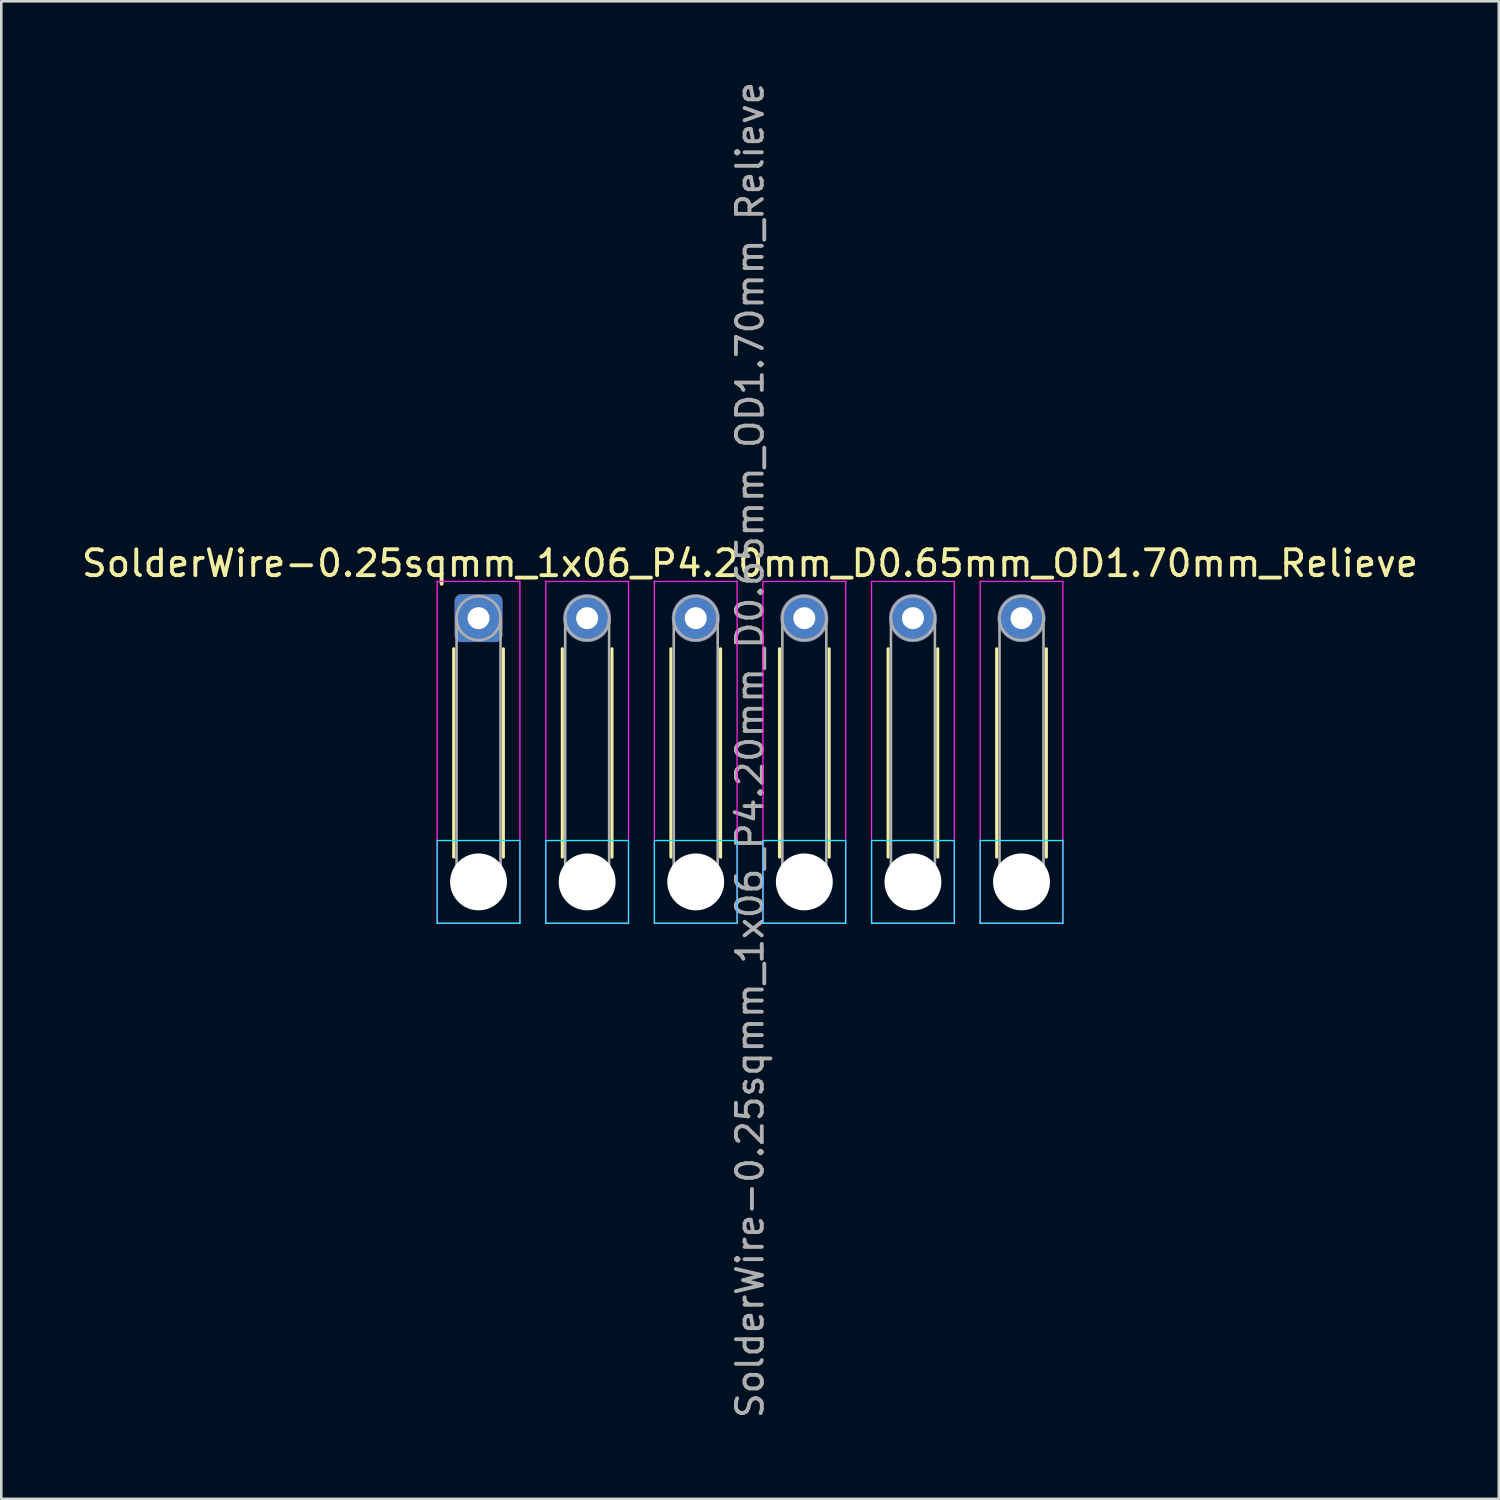
<source format=kicad_pcb>
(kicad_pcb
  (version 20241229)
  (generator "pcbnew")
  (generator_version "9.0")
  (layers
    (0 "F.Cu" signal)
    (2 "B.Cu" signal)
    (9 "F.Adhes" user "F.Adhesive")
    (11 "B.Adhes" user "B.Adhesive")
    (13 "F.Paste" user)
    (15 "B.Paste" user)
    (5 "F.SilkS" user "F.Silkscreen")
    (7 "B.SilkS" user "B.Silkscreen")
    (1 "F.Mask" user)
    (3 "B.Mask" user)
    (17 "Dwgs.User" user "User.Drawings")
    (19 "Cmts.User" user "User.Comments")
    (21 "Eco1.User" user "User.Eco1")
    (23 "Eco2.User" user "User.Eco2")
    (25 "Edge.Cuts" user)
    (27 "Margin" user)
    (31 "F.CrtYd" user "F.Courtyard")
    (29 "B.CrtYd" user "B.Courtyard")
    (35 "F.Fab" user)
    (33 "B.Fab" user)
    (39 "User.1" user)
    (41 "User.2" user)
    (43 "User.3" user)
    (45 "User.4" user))
  (footprint "SolderWire-0.25sqmm_1x06_P4.20mm_D0.65mm_OD1.70mm_Relieve"
    (layer "F.Cu")
    (at 15.458 20.858)
    (property "Reference" "SolderWire-0.25sqmm_1x06_P4.20mm_D0.65mm_OD1.70mm_Relieve" (at 10.5 -2.12 0) (layer "F.SilkS") (effects (font (size 1 1) (thickness 0.15))))
    (attr exclude_from_pos_files exclude_from_bom)
    (fp_line (start -0.96 1.185) (end -0.96 9.24) (stroke (width 0.12) (type solid)) (layer "F.SilkS"))
    (fp_line (start 0.96 1.185) (end 0.96 9.24) (stroke (width 0.12) (type solid)) (layer "F.SilkS"))
    (fp_line (start 3.24 1.185) (end 3.24 9.24) (stroke (width 0.12) (type solid)) (layer "F.SilkS"))
    (fp_line (start 5.16 1.185) (end 5.16 9.24) (stroke (width 0.12) (type solid)) (layer "F.SilkS"))
    (fp_line (start 7.44 1.185) (end 7.44 9.24) (stroke (width 0.12) (type solid)) (layer "F.SilkS"))
    (fp_line (start 9.36 1.185) (end 9.36 9.24) (stroke (width 0.12) (type solid)) (layer "F.SilkS"))
    (fp_line (start 11.64 1.185) (end 11.64 9.24) (stroke (width 0.12) (type solid)) (layer "F.SilkS"))
    (fp_line (start 13.56 1.185) (end 13.56 9.24) (stroke (width 0.12) (type solid)) (layer "F.SilkS"))
    (fp_line (start 15.84 1.185) (end 15.84 9.24) (stroke (width 0.12) (type solid)) (layer "F.SilkS"))
    (fp_line (start 17.76 1.185) (end 17.76 9.24) (stroke (width 0.12) (type solid)) (layer "F.SilkS"))
    (fp_line (start 20.04 1.185) (end 20.04 9.24) (stroke (width 0.12) (type solid)) (layer "F.SilkS"))
    (fp_line (start 21.96 1.185) (end 21.96 9.24) (stroke (width 0.12) (type solid)) (layer "F.SilkS"))
    (fp_line (start -1.6 8.6) (end -1.6 11.8) (stroke (width 0.05) (type solid)) (layer "B.CrtYd"))
    (fp_line (start -1.6 11.8) (end 1.6 11.8) (stroke (width 0.05) (type solid)) (layer "B.CrtYd"))
    (fp_line (start 1.6 8.6) (end -1.6 8.6) (stroke (width 0.05) (type solid)) (layer "B.CrtYd"))
    (fp_line (start 1.6 11.8) (end 1.6 8.6) (stroke (width 0.05) (type solid)) (layer "B.CrtYd"))
    (fp_line (start 2.6 8.6) (end 2.6 11.8) (stroke (width 0.05) (type solid)) (layer "B.CrtYd"))
    (fp_line (start 2.6 11.8) (end 5.8 11.8) (stroke (width 0.05) (type solid)) (layer "B.CrtYd"))
    (fp_line (start 5.8 8.6) (end 2.6 8.6) (stroke (width 0.05) (type solid)) (layer "B.CrtYd"))
    (fp_line (start 5.8 11.8) (end 5.8 8.6) (stroke (width 0.05) (type solid)) (layer "B.CrtYd"))
    (fp_line (start 6.8 8.6) (end 6.8 11.8) (stroke (width 0.05) (type solid)) (layer "B.CrtYd"))
    (fp_line (start 6.8 11.8) (end 10 11.8) (stroke (width 0.05) (type solid)) (layer "B.CrtYd"))
    (fp_line (start 10 8.6) (end 6.8 8.6) (stroke (width 0.05) (type solid)) (layer "B.CrtYd"))
    (fp_line (start 10 11.8) (end 10 8.6) (stroke (width 0.05) (type solid)) (layer "B.CrtYd"))
    (fp_line (start 11 8.6) (end 11 11.8) (stroke (width 0.05) (type solid)) (layer "B.CrtYd"))
    (fp_line (start 11 11.8) (end 14.2 11.8) (stroke (width 0.05) (type solid)) (layer "B.CrtYd"))
    (fp_line (start 14.2 8.6) (end 11 8.6) (stroke (width 0.05) (type solid)) (layer "B.CrtYd"))
    (fp_line (start 14.2 11.8) (end 14.2 8.6) (stroke (width 0.05) (type solid)) (layer "B.CrtYd"))
    (fp_line (start 15.2 8.6) (end 15.2 11.8) (stroke (width 0.05) (type solid)) (layer "B.CrtYd"))
    (fp_line (start 15.2 11.8) (end 18.4 11.8) (stroke (width 0.05) (type solid)) (layer "B.CrtYd"))
    (fp_line (start 18.4 8.6) (end 15.2 8.6) (stroke (width 0.05) (type solid)) (layer "B.CrtYd"))
    (fp_line (start 18.4 11.8) (end 18.4 8.6) (stroke (width 0.05) (type solid)) (layer "B.CrtYd"))
    (fp_line (start 19.4 8.6) (end 19.4 11.8) (stroke (width 0.05) (type solid)) (layer "B.CrtYd"))
    (fp_line (start 19.4 11.8) (end 22.6 11.8) (stroke (width 0.05) (type solid)) (layer "B.CrtYd"))
    (fp_line (start 22.6 8.6) (end 19.4 8.6) (stroke (width 0.05) (type solid)) (layer "B.CrtYd"))
    (fp_line (start 22.6 11.8) (end 22.6 8.6) (stroke (width 0.05) (type solid)) (layer "B.CrtYd"))
    (fp_line (start -1.6 -1.42) (end -1.6 11.8) (stroke (width 0.05) (type solid)) (layer "F.CrtYd"))
    (fp_line (start -1.6 11.8) (end 1.6 11.8) (stroke (width 0.05) (type solid)) (layer "F.CrtYd"))
    (fp_line (start 1.6 -1.42) (end -1.6 -1.42) (stroke (width 0.05) (type solid)) (layer "F.CrtYd"))
    (fp_line (start 1.6 11.8) (end 1.6 -1.42) (stroke (width 0.05) (type solid)) (layer "F.CrtYd"))
    (fp_line (start 2.6 -1.42) (end 2.6 11.8) (stroke (width 0.05) (type solid)) (layer "F.CrtYd"))
    (fp_line (start 2.6 11.8) (end 5.8 11.8) (stroke (width 0.05) (type solid)) (layer "F.CrtYd"))
    (fp_line (start 5.8 -1.42) (end 2.6 -1.42) (stroke (width 0.05) (type solid)) (layer "F.CrtYd"))
    (fp_line (start 5.8 11.8) (end 5.8 -1.42) (stroke (width 0.05) (type solid)) (layer "F.CrtYd"))
    (fp_line (start 6.8 -1.42) (end 6.8 11.8) (stroke (width 0.05) (type solid)) (layer "F.CrtYd"))
    (fp_line (start 6.8 11.8) (end 10 11.8) (stroke (width 0.05) (type solid)) (layer "F.CrtYd"))
    (fp_line (start 10 -1.42) (end 6.8 -1.42) (stroke (width 0.05) (type solid)) (layer "F.CrtYd"))
    (fp_line (start 10 11.8) (end 10 -1.42) (stroke (width 0.05) (type solid)) (layer "F.CrtYd"))
    (fp_line (start 11 -1.42) (end 11 11.8) (stroke (width 0.05) (type solid)) (layer "F.CrtYd"))
    (fp_line (start 11 11.8) (end 14.2 11.8) (stroke (width 0.05) (type solid)) (layer "F.CrtYd"))
    (fp_line (start 14.2 -1.42) (end 11 -1.42) (stroke (width 0.05) (type solid)) (layer "F.CrtYd"))
    (fp_line (start 14.2 11.8) (end 14.2 -1.42) (stroke (width 0.05) (type solid)) (layer "F.CrtYd"))
    (fp_line (start 15.2 -1.42) (end 15.2 11.8) (stroke (width 0.05) (type solid)) (layer "F.CrtYd"))
    (fp_line (start 15.2 11.8) (end 18.4 11.8) (stroke (width 0.05) (type solid)) (layer "F.CrtYd"))
    (fp_line (start 18.4 -1.42) (end 15.2 -1.42) (stroke (width 0.05) (type solid)) (layer "F.CrtYd"))
    (fp_line (start 18.4 11.8) (end 18.4 -1.42) (stroke (width 0.05) (type solid)) (layer "F.CrtYd"))
    (fp_line (start 19.4 -1.42) (end 19.4 11.8) (stroke (width 0.05) (type solid)) (layer "F.CrtYd"))
    (fp_line (start 19.4 11.8) (end 22.6 11.8) (stroke (width 0.05) (type solid)) (layer "F.CrtYd"))
    (fp_line (start 22.6 -1.42) (end 19.4 -1.42) (stroke (width 0.05) (type solid)) (layer "F.CrtYd"))
    (fp_line (start 22.6 11.8) (end 22.6 -1.42) (stroke (width 0.05) (type solid)) (layer "F.CrtYd"))
    (fp_line (start -0.85 0) (end -0.85 10.2) (stroke (width 0.1) (type solid)) (layer "F.Fab"))
    (fp_line (start 0.85 0) (end 0.85 10.2) (stroke (width 0.1) (type solid)) (layer "F.Fab"))
    (fp_line (start 3.35 0) (end 3.35 10.2) (stroke (width 0.1) (type solid)) (layer "F.Fab"))
    (fp_line (start 5.05 0) (end 5.05 10.2) (stroke (width 0.1) (type solid)) (layer "F.Fab"))
    (fp_line (start 7.55 0) (end 7.55 10.2) (stroke (width 0.1) (type solid)) (layer "F.Fab"))
    (fp_line (start 9.25 0) (end 9.25 10.2) (stroke (width 0.1) (type solid)) (layer "F.Fab"))
    (fp_line (start 11.75 0) (end 11.75 10.2) (stroke (width 0.1) (type solid)) (layer "F.Fab"))
    (fp_line (start 13.45 0) (end 13.45 10.2) (stroke (width 0.1) (type solid)) (layer "F.Fab"))
    (fp_line (start 15.95 0) (end 15.95 10.2) (stroke (width 0.1) (type solid)) (layer "F.Fab"))
    (fp_line (start 17.65 0) (end 17.65 10.2) (stroke (width 0.1) (type solid)) (layer "F.Fab"))
    (fp_line (start 20.15 0) (end 20.15 10.2) (stroke (width 0.1) (type solid)) (layer "F.Fab"))
    (fp_line (start 21.85 0) (end 21.85 10.2) (stroke (width 0.1) (type solid)) (layer "F.Fab"))
    (fp_circle (center 0 0) (end 0.85 0) (stroke (width 0.1) (type solid)) (fill no) (layer "F.Fab"))
    (fp_circle (center 0 10.2) (end 0.85 10.2) (stroke (width 0.1) (type solid)) (fill no) (layer "F.Fab"))
    (fp_circle (center 4.2 0) (end 5.05 0) (stroke (width 0.1) (type solid)) (fill no) (layer "F.Fab"))
    (fp_circle (center 4.2 10.2) (end 5.05 10.2) (stroke (width 0.1) (type solid)) (fill no) (layer "F.Fab"))
    (fp_circle (center 8.4 0) (end 9.25 0) (stroke (width 0.1) (type solid)) (fill no) (layer "F.Fab"))
    (fp_circle (center 8.4 10.2) (end 9.25 10.2) (stroke (width 0.1) (type solid)) (fill no) (layer "F.Fab"))
    (fp_circle (center 12.6 0) (end 13.45 0) (stroke (width 0.1) (type solid)) (fill no) (layer "F.Fab"))
    (fp_circle (center 12.6 10.2) (end 13.45 10.2) (stroke (width 0.1) (type solid)) (fill no) (layer "F.Fab"))
    (fp_circle (center 16.8 0) (end 17.65 0) (stroke (width 0.1) (type solid)) (fill no) (layer "F.Fab"))
    (fp_circle (center 16.8 10.2) (end 17.65 10.2) (stroke (width 0.1) (type solid)) (fill no) (layer "F.Fab"))
    (fp_circle (center 21 0) (end 21.85 0) (stroke (width 0.1) (type solid)) (fill no) (layer "F.Fab"))
    (fp_circle (center 21 10.2) (end 21.85 10.2) (stroke (width 0.1) (type solid)) (fill no) (layer "F.Fab"))
    (fp_text user "${REFERENCE}" (at 10.5 5.1 90) (layer "F.Fab") (effects (font (size 1 1) (thickness 0.15))))
    (pad "" np_thru_hole circle (at 0 10.2) (size 2.2 2.2) (drill 2.2) (layers "*.Cu" "*.Mask"))
    (pad "" np_thru_hole circle (at 4.2 10.2) (size 2.2 2.2) (drill 2.2) (layers "*.Cu" "*.Mask"))
    (pad "" np_thru_hole circle (at 8.4 10.2) (size 2.2 2.2) (drill 2.2) (layers "*.Cu" "*.Mask"))
    (pad "" np_thru_hole circle (at 12.6 10.2) (size 2.2 2.2) (drill 2.2) (layers "*.Cu" "*.Mask"))
    (pad "" np_thru_hole circle (at 16.8 10.2) (size 2.2 2.2) (drill 2.2) (layers "*.Cu" "*.Mask"))
    (pad "" np_thru_hole circle (at 21 10.2) (size 2.2 2.2) (drill 2.2) (layers "*.Cu" "*.Mask"))
    (pad "1" thru_hole roundrect (at 0 0) (size 1.85 1.85) (drill 0.85) (layers "*.Cu" "*.Mask") (roundrect_rratio 0.135))
    (pad "2" thru_hole circle (at 4.2 0) (size 1.85 1.85) (drill 0.85) (layers "*.Cu" "*.Mask"))
    (pad "3" thru_hole circle (at 8.4 0) (size 1.85 1.85) (drill 0.85) (layers "*.Cu" "*.Mask"))
    (pad "4" thru_hole circle (at 12.6 0) (size 1.85 1.85) (drill 0.85) (layers "*.Cu" "*.Mask"))
    (pad "5" thru_hole circle (at 16.8 0) (size 1.85 1.85) (drill 0.85) (layers "*.Cu" "*.Mask"))
    (pad "6" thru_hole circle (at 21 0) (size 1.85 1.85) (drill 0.85) (layers "*.Cu" "*.Mask")))
  (gr_rect
    (start -3 -3)
    (end 54.917 54.917)
    (stroke (width 0.1) (type default))
    (fill no)
    (layer "Edge.Cuts")))
</source>
